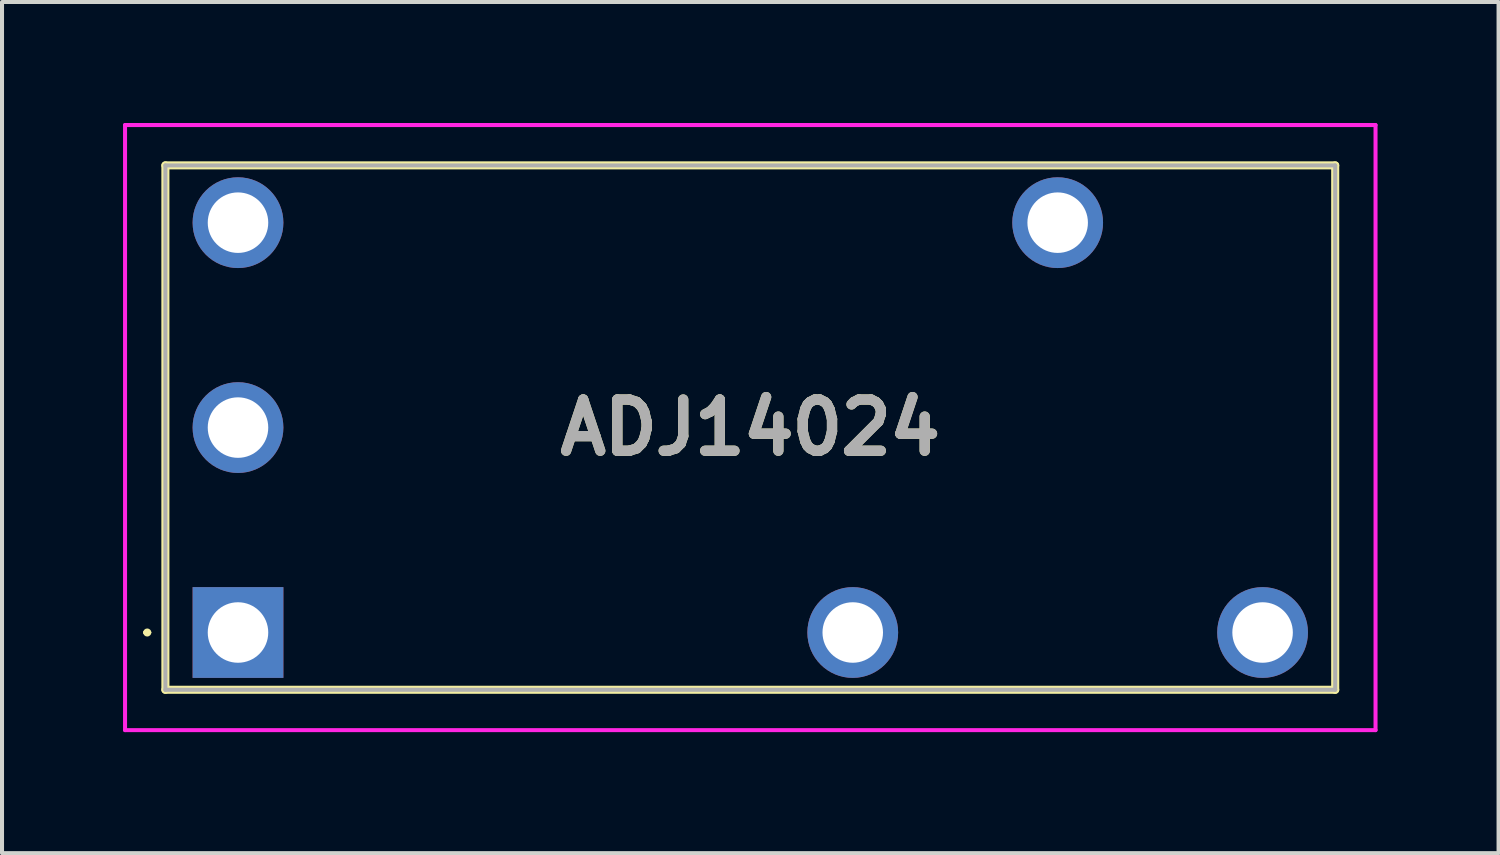
<source format=kicad_pcb>
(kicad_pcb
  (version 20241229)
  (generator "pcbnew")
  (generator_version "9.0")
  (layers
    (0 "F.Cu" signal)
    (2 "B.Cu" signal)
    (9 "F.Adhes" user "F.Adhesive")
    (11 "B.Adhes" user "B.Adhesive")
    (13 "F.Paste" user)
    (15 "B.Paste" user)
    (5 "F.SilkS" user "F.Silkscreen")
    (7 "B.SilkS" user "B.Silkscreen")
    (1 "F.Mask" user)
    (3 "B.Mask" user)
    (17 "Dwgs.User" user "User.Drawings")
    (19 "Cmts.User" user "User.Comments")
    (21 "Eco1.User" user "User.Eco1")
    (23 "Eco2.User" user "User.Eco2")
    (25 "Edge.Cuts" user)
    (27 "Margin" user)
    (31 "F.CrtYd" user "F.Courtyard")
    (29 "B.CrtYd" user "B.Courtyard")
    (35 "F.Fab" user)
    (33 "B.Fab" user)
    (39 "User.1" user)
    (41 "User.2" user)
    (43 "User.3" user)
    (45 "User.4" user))
  (footprint "ADJ14024"
    (layer "F.Cu")
    (at 2.85 12.63)
    (property "Reference" "ADJ14024" (at 12.7 -5.08 0) (layer "F.SilkS") (effects (font (size 1.27 1.27) (thickness 0.254))))
    (attr through_hole)
    (fp_line (start -2.3 0) (end -2.3 0) (stroke (width 0.1) (type solid)) (layer "F.SilkS"))
    (fp_line (start -2.2 0) (end -2.2 0) (stroke (width 0.1) (type solid)) (layer "F.SilkS"))
    (fp_line (start -1.8 -11.58) (end -1.8 1.42) (stroke (width 0.2) (type solid)) (layer "F.SilkS"))
    (fp_line (start -1.8 1.42) (end 27.2 1.42) (stroke (width 0.2) (type solid)) (layer "F.SilkS"))
    (fp_line (start 27.2 -11.58) (end -1.8 -11.58) (stroke (width 0.2) (type solid)) (layer "F.SilkS"))
    (fp_line (start 27.2 1.42) (end 27.2 -11.58) (stroke (width 0.2) (type solid)) (layer "F.SilkS"))
    (fp_arc (start -2.3 0) (mid -2.25 -0.05) (end -2.2 0) (stroke (width 0.1) (type solid)) (layer "F.SilkS"))
    (fp_arc (start -2.2 0) (mid -2.25 0.05) (end -2.3 0) (stroke (width 0.1) (type solid)) (layer "F.SilkS"))
    (fp_line (start -2.8 -12.58) (end -2.8 2.42) (stroke (width 0.1) (type solid)) (layer "F.CrtYd"))
    (fp_line (start -2.8 2.42) (end 28.2 2.42) (stroke (width 0.1) (type solid)) (layer "F.CrtYd"))
    (fp_line (start 28.2 -12.58) (end -2.8 -12.58) (stroke (width 0.1) (type solid)) (layer "F.CrtYd"))
    (fp_line (start 28.2 2.42) (end 28.2 -12.58) (stroke (width 0.1) (type solid)) (layer "F.CrtYd"))
    (fp_line (start -1.8 -11.58) (end -1.8 1.42) (stroke (width 0.1) (type solid)) (layer "F.Fab"))
    (fp_line (start -1.8 1.42) (end 27.2 1.42) (stroke (width 0.1) (type solid)) (layer "F.Fab"))
    (fp_line (start 27.2 -11.58) (end -1.8 -11.58) (stroke (width 0.1) (type solid)) (layer "F.Fab"))
    (fp_line (start 27.2 1.42) (end 27.2 -11.58) (stroke (width 0.1) (type solid)) (layer "F.Fab"))
    (fp_text user "${REFERENCE}" (at 12.7 -5.08 0) (layer "F.Fab") (effects (font (size 1.27 1.27) (thickness 0.254))))
    (pad "1" thru_hole rect (at 0 0) (size 2.25 2.25) (drill 1.5) (layers "*.Cu" "*.Mask"))
    (pad "2" thru_hole circle (at 15.24 0) (size 2.25 2.25) (drill 1.5) (layers "*.Cu" "*.Mask"))
    (pad "4" thru_hole circle (at 25.4 0) (size 2.25 2.25) (drill 1.5) (layers "*.Cu" "*.Mask"))
    (pad "6" thru_hole circle (at 20.32 -10.16) (size 2.25 2.25) (drill 1.5) (layers "*.Cu" "*.Mask"))
    (pad "8" thru_hole circle (at 0 -10.16) (size 2.25 2.25) (drill 1.5) (layers "*.Cu" "*.Mask"))
    (pad "9" thru_hole circle (at 0 -5.08) (size 2.25 2.25) (drill 1.5) (layers "*.Cu" "*.Mask")))
  (gr_rect
    (start -3 -3)
    (end 34.1 18.1)
    (stroke (width 0.1) (type default))
    (fill no)
    (layer "Edge.Cuts")))
</source>
